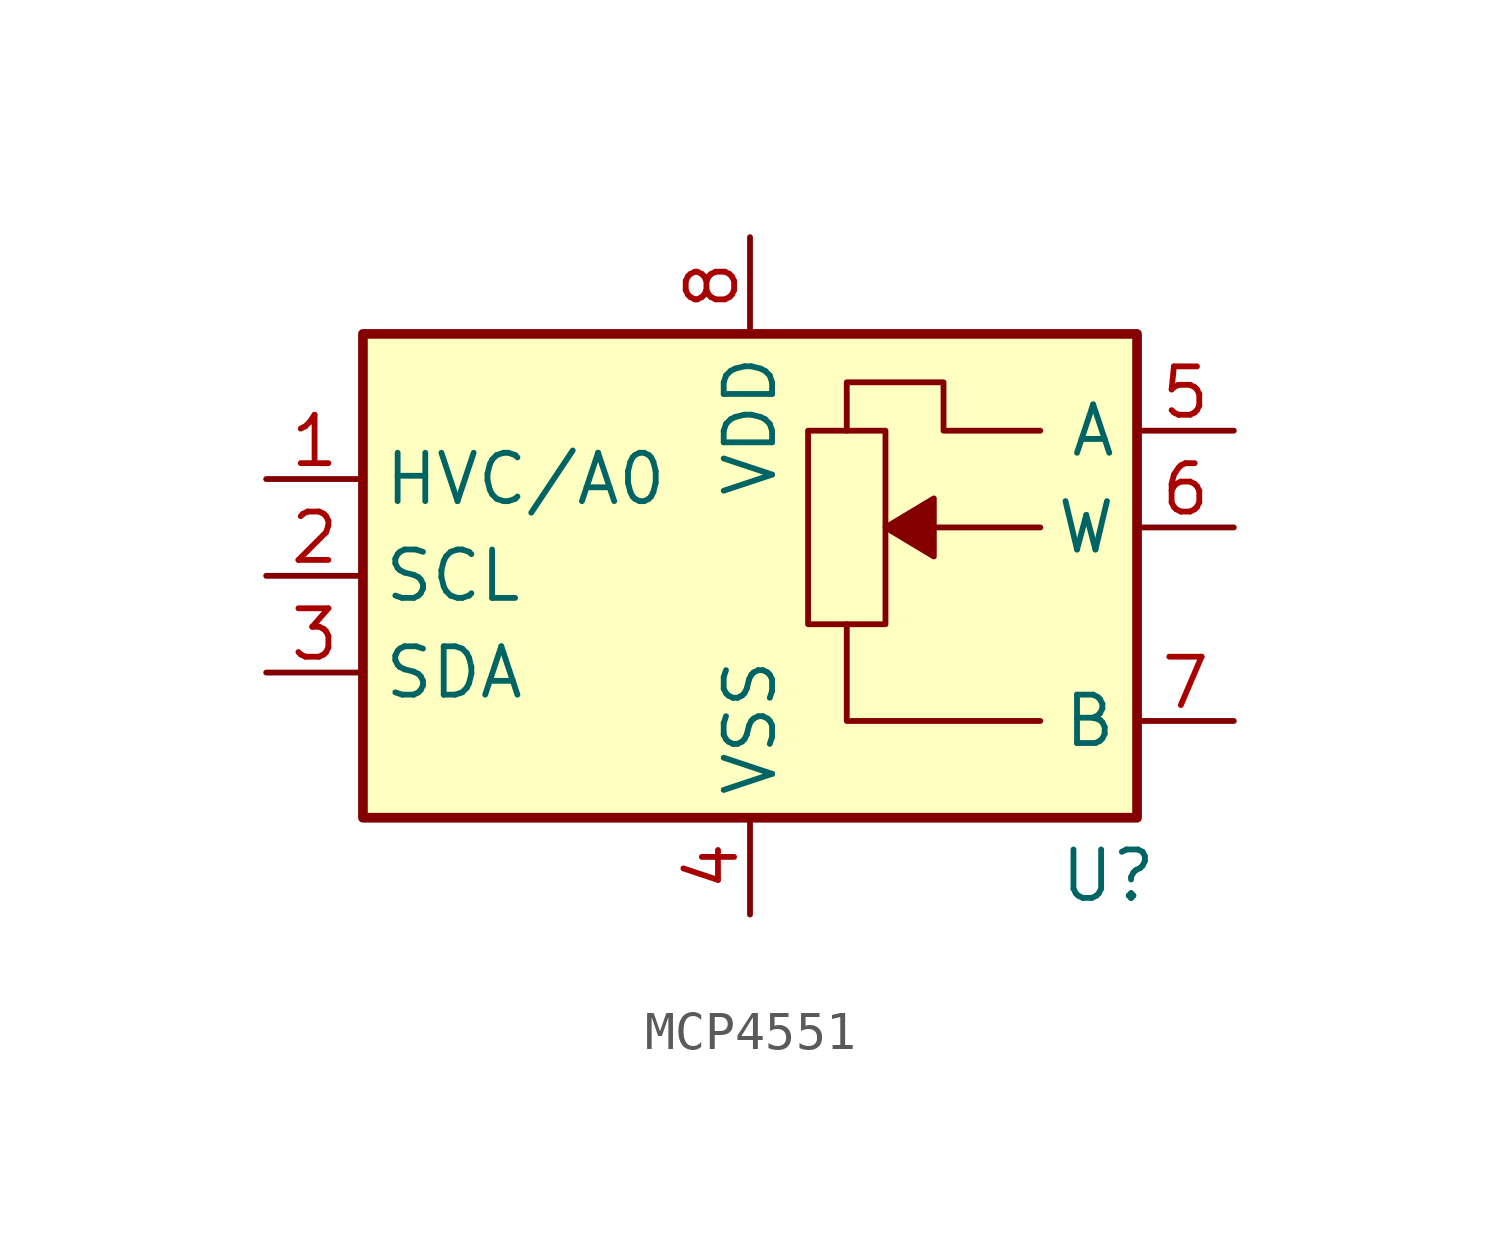
<source format=kicad_sym>
(kicad_symbol_lib
  (version 20231120)
  (generator "kicad_symbol_editor")
  (generator_version "8.0")
  (symbol "MCP4551"
    (property "Reference" "U"
      (at 6.858 -7.874 0)
      (effects (font (size 1.27 1.27))))
    (property "Value" ""
      (at 0 0 0)
      (effects (font (size 1.27 1.27))))
    (symbol "MCP4551_0_1"
      (polyline (pts (xy 0 -1.27) (xy 0 -3.81) (xy 5.08 -3.81)) (stroke (width 0) (type default)) (fill (type none)))
      (polyline (pts (xy 5.08 1.27) (xy 3.81 1.27) (xy 1.27 1.27)) (stroke (width 0) (type default)) (fill (type none)))
      (polyline (pts (xy 5.08 3.81) (xy 2.54 3.81) (xy 2.54 5.08) (xy 0 5.08) (xy 0 3.81)) (stroke (width 0) (type default)) (fill (type none))))
    (symbol "MCP4551_1_1"
      (rectangle (start -12.7 6.35) (end 7.62 -6.35) (stroke (width 0.254) (type default)) (fill (type background)))
      (polyline (pts (xy 2.286 0.508) (xy 2.286 2.032) (xy 1.016 1.27) (xy 2.286 0.508)) (stroke (width 0) (type default)) (fill (type outline)))
      (rectangle (start 1.016 -1.27) (end -1.016 3.81) (stroke (width 0) (type default)) (fill (type none)))
      (pin input line (at -15.24 2.54 0) (length 2.54) (name "HVC/A0" (effects (font (size 1.27 1.27)))) (number "1" (effects (font (size 1.27 1.27)))))
      (pin input line (at -15.24 0 0) (length 2.54) (name "SCL" (effects (font (size 1.27 1.27)))) (number "2" (effects (font (size 1.27 1.27)))))
      (pin input line (at -15.24 -2.54 0) (length 2.54) (name "SDA" (effects (font (size 1.27 1.27)))) (number "3" (effects (font (size 1.27 1.27)))))
      (pin power_in line (at -2.54 -8.89 90) (length 2.54) (name "VSS" (effects (font (size 1.27 1.27)))) (number "4" (effects (font (size 1.27 1.27)))))
      (pin passive line (at 10.16 3.81 180) (length 2.54) (name "A" (effects (font (size 1.27 1.27)))) (number "5" (effects (font (size 1.27 1.27)))))
      (pin passive line (at 10.16 1.27 180) (length 2.54) (name "W" (effects (font (size 1.27 1.27)))) (number "6" (effects (font (size 1.27 1.27)))))
      (pin passive line (at 10.16 -3.81 180) (length 2.54) (name "B" (effects (font (size 1.27 1.27)))) (number "7" (effects (font (size 1.27 1.27)))))
      (pin power_in line (at -2.54 8.89 270) (length 2.54) (name "VDD" (effects (font (size 1.27 1.27)))) (number "8" (effects (font (size 1.27 1.27))))))))
</source>
